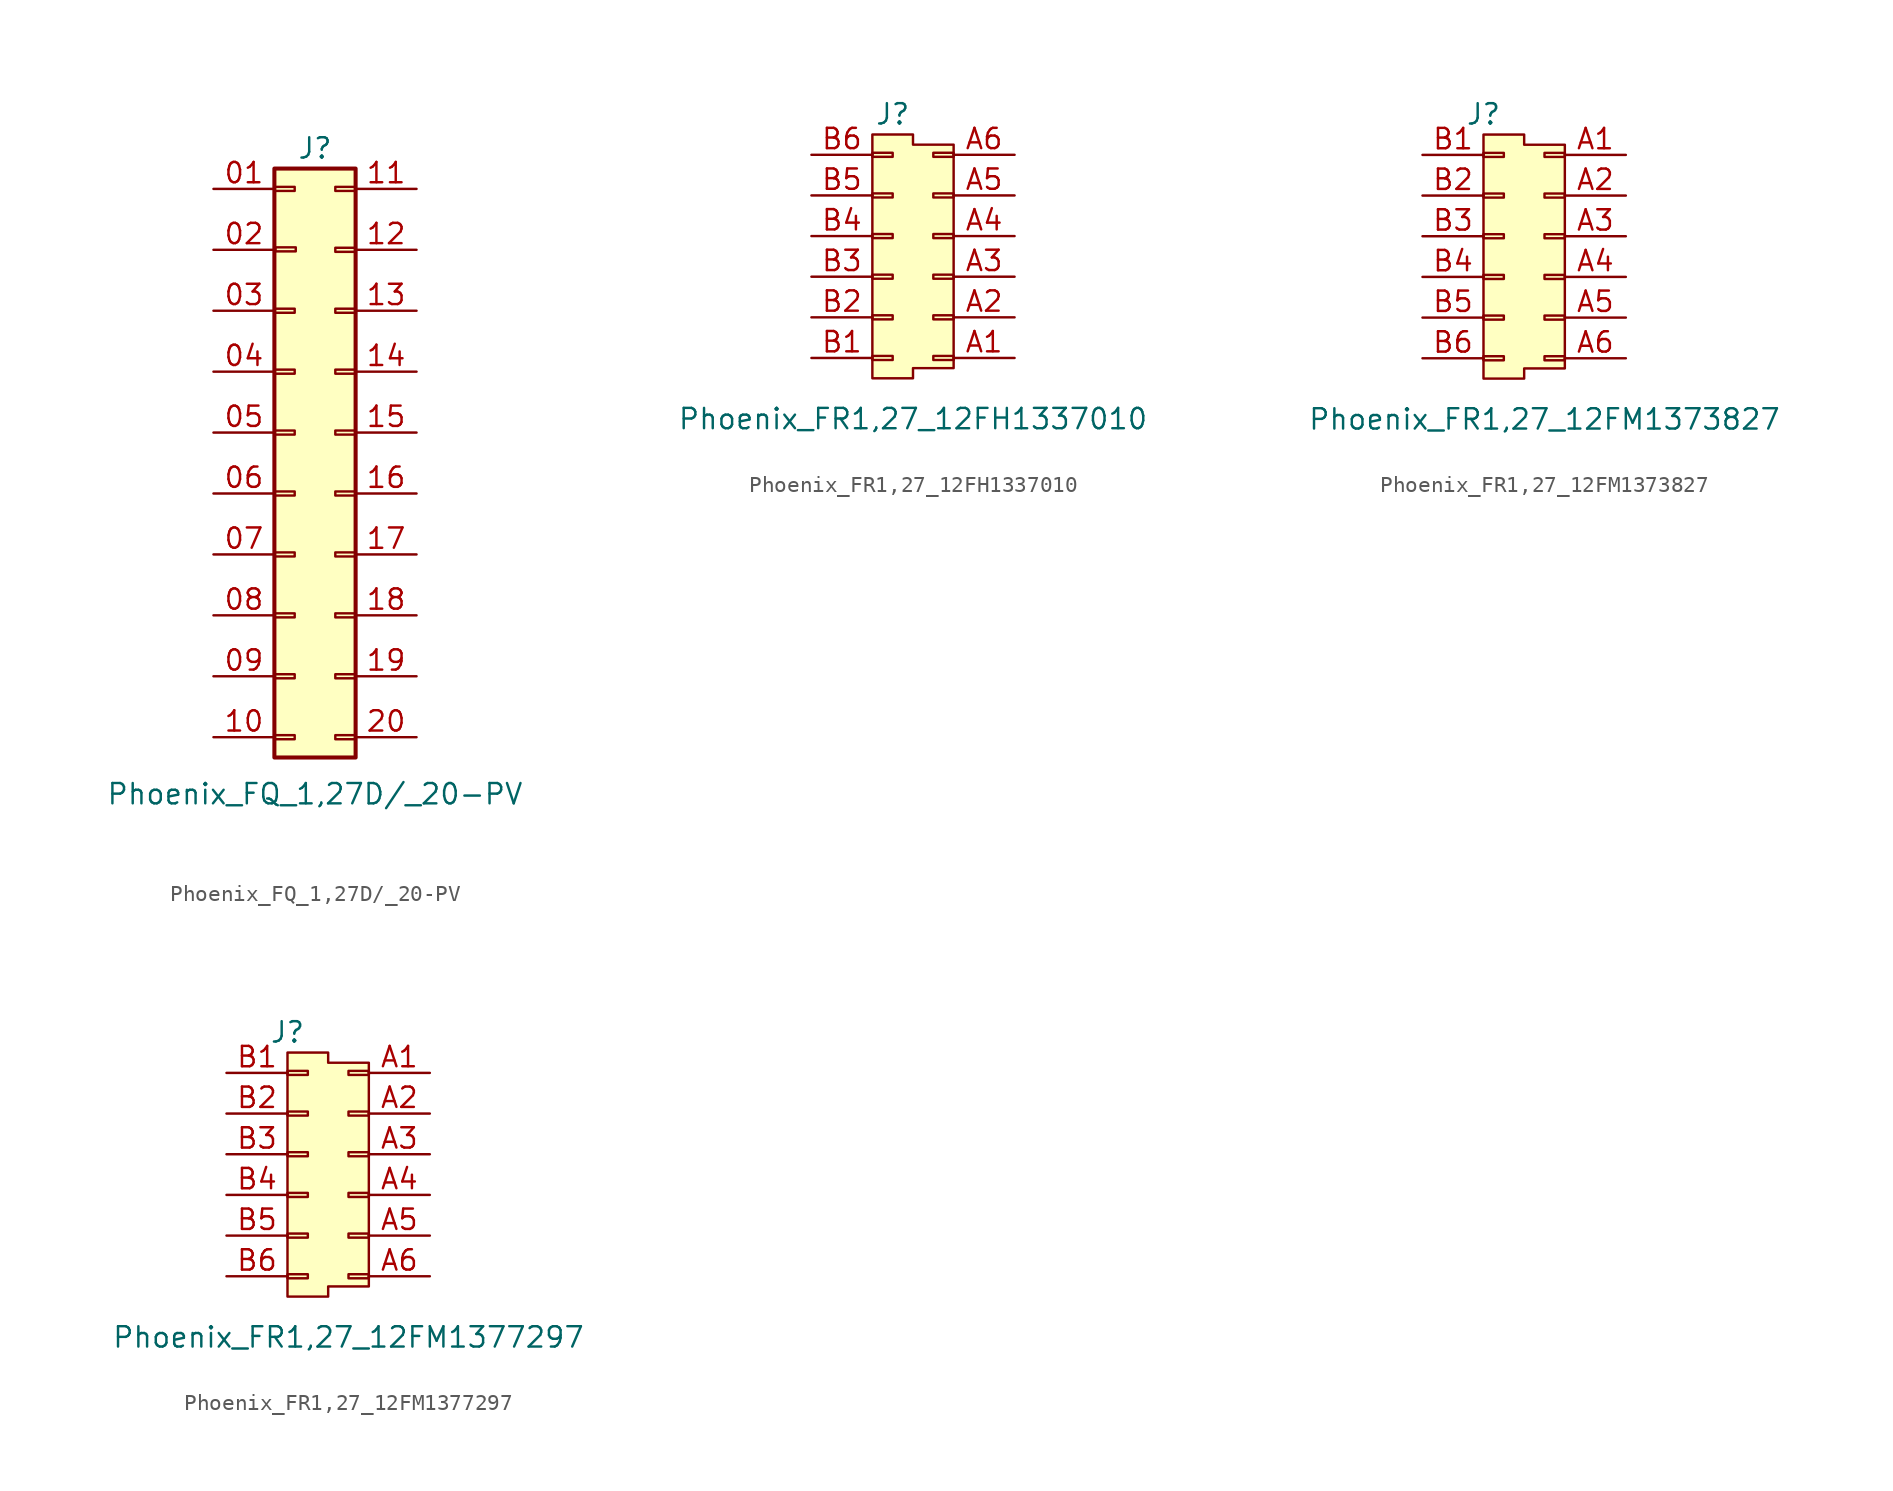
<source format=kicad_sym>
(kicad_symbol_lib
  (version 20231120)
  (generator "kicad_symbol_editor")
  (generator_version "8.0")
  (symbol "Phoenix_FQ_1,27D/_20-PV"
    (pin_names
      (offset 1.016) hide)
    (property "Reference" "J"
      (at 0 12.7 0)
      (effects (font (size 1.27 1.27))))
    (property "Value" "Phoenix_FQ_1,27D/_20-PV"
      (at 0 -27.686 0)
      (effects (font (size 1.27 1.27))))
    (symbol "Phoenix_FQ_1,27D/_20-PV_1_1"
      (rectangle (start -2.54 -24.003) (end -1.27 -24.257) (stroke (width 0.152) (type default)) (fill (type none)))
      (rectangle (start -2.54 -20.193) (end -1.27 -20.447) (stroke (width 0.152) (type default)) (fill (type none)))
      (rectangle (start -2.54 -16.383) (end -1.27 -16.637) (stroke (width 0.152) (type default)) (fill (type none)))
      (rectangle (start -2.54 -12.573) (end -1.27 -12.827) (stroke (width 0.152) (type default)) (fill (type none)))
      (rectangle (start -2.54 -8.763) (end -1.27 -9.017) (stroke (width 0.152) (type default)) (fill (type none)))
      (rectangle (start -2.54 -4.953) (end -1.27 -5.207) (stroke (width 0.152) (type default)) (fill (type none)))
      (rectangle (start -2.54 -1.143) (end -1.27 -1.397) (stroke (width 0.152) (type default)) (fill (type none)))
      (rectangle (start -2.54 2.667) (end -1.27 2.413) (stroke (width 0.152) (type default)) (fill (type none)))
      (rectangle (start -2.54 10.287) (end -1.27 10.033) (stroke (width 0.152) (type default)) (fill (type none)))
      (rectangle (start -2.54 11.43) (end 2.54 -25.4) (stroke (width 0.254) (type default)) (fill (type background)))
      (rectangle (start -2.473 6.506) (end -1.203 6.252) (stroke (width 0.152) (type default)) (fill (type none)))
      (rectangle (start 2.54 -24.003) (end 1.27 -24.257) (stroke (width 0.152) (type default)) (fill (type none)))
      (rectangle (start 2.54 -20.193) (end 1.27 -20.447) (stroke (width 0.152) (type default)) (fill (type none)))
      (rectangle (start 2.54 -16.383) (end 1.27 -16.637) (stroke (width 0.152) (type default)) (fill (type none)))
      (rectangle (start 2.54 -12.573) (end 1.27 -12.827) (stroke (width 0.152) (type default)) (fill (type none)))
      (rectangle (start 2.54 -8.763) (end 1.27 -9.017) (stroke (width 0.152) (type default)) (fill (type none)))
      (rectangle (start 2.54 -4.953) (end 1.27 -5.207) (stroke (width 0.152) (type default)) (fill (type none)))
      (rectangle (start 2.54 -1.143) (end 1.27 -1.397) (stroke (width 0.152) (type default)) (fill (type none)))
      (rectangle (start 2.54 2.667) (end 1.27 2.413) (stroke (width 0.152) (type default)) (fill (type none)))
      (rectangle (start 2.54 6.477) (end 1.27 6.223) (stroke (width 0.152) (type default)) (fill (type none)))
      (rectangle (start 2.54 10.287) (end 1.27 10.033) (stroke (width 0.152) (type default)) (fill (type none)))
      (pin passive line (at -6.35 10.16 0) (length 3.81) (name "" (effects (font (size 1.27 1.27)))) (number "01" (effects (font (size 1.27 1.27)))))
      (pin passive line (at -6.35 6.35 0) (length 3.81) (name "" (effects (font (size 1.27 1.27)))) (number "02" (effects (font (size 1.27 1.27)))))
      (pin passive line (at -6.35 2.54 0) (length 3.81) (name "" (effects (font (size 1.27 1.27)))) (number "03" (effects (font (size 1.27 1.27)))))
      (pin passive line (at -6.35 -1.27 0) (length 3.81) (name "" (effects (font (size 1.27 1.27)))) (number "04" (effects (font (size 1.27 1.27)))))
      (pin passive line (at -6.35 -5.08 0) (length 3.81) (name "" (effects (font (size 1.27 1.27)))) (number "05" (effects (font (size 1.27 1.27)))))
      (pin passive line (at -6.35 -8.89 0) (length 3.81) (name "" (effects (font (size 1.27 1.27)))) (number "06" (effects (font (size 1.27 1.27)))))
      (pin passive line (at -6.35 -12.7 0) (length 3.81) (name "" (effects (font (size 1.27 1.27)))) (number "07" (effects (font (size 1.27 1.27)))))
      (pin passive line (at -6.35 -16.51 0) (length 3.81) (name "" (effects (font (size 1.27 1.27)))) (number "08" (effects (font (size 1.27 1.27)))))
      (pin passive line (at -6.35 -20.32 0) (length 3.81) (name "" (effects (font (size 1.27 1.27)))) (number "09" (effects (font (size 1.27 1.27)))))
      (pin passive line (at -6.35 -24.13 0) (length 3.81) (name "" (effects (font (size 1.27 1.27)))) (number "10" (effects (font (size 1.27 1.27)))))
      (pin passive line (at 6.35 10.16 180) (length 3.81) (name "" (effects (font (size 1.27 1.27)))) (number "11" (effects (font (size 1.27 1.27)))))
      (pin passive line (at 6.35 6.35 180) (length 3.81) (name "" (effects (font (size 1.27 1.27)))) (number "12" (effects (font (size 1.27 1.27)))))
      (pin passive line (at 6.35 2.54 180) (length 3.81) (name "" (effects (font (size 1.27 1.27)))) (number "13" (effects (font (size 1.27 1.27)))))
      (pin passive line (at 6.35 -1.27 180) (length 3.81) (name "" (effects (font (size 1.27 1.27)))) (number "14" (effects (font (size 1.27 1.27)))))
      (pin passive line (at 6.35 -5.08 180) (length 3.81) (name "" (effects (font (size 1.27 1.27)))) (number "15" (effects (font (size 1.27 1.27)))))
      (pin passive line (at 6.35 -8.89 180) (length 3.81) (name "" (effects (font (size 1.27 1.27)))) (number "16" (effects (font (size 1.27 1.27)))))
      (pin passive line (at 6.35 -12.7 180) (length 3.81) (name "" (effects (font (size 1.27 1.27)))) (number "17" (effects (font (size 1.27 1.27)))))
      (pin passive line (at 6.35 -16.51 180) (length 3.81) (name "" (effects (font (size 1.27 1.27)))) (number "18" (effects (font (size 1.27 1.27)))))
      (pin passive line (at 6.35 -20.32 180) (length 3.81) (name "Pin_12" (effects (font (size 1.27 1.27)))) (number "19" (effects (font (size 1.27 1.27)))))
      (pin passive line (at 6.35 -24.13 180) (length 3.81) (name "Pin_12" (effects (font (size 1.27 1.27)))) (number "20" (effects (font (size 1.27 1.27)))))))
  (symbol "Phoenix_FR1,27_12FH1337010"
    (pin_names
      (offset 1.016) hide)
    (property "Reference" "J"
      (at -1.27 10.16 0)
      (effects (font (size 1.27 1.27))))
    (property "Value" "Phoenix_FR1,27_12FH1337010"
      (at 0 -8.89 0)
      (effects (font (size 1.27 1.27))))
    (symbol "Phoenix_FR1,27_12FH1337010_1_0"
      (pin no_connect line (at 1.27 5.08 90) (length 2.54) hide (name "MP1" (effects (font (size 1.27 1.27)))) (number "MP1" (effects (font (size 1.27 1.27)))))
      (pin no_connect line (at 1.27 5.08 90) (length 2.54) hide (name "MP2" (effects (font (size 1.27 1.27)))) (number "MP2" (effects (font (size 1.27 1.27)))))
      (pin no_connect line (at 1.27 5.08 90) (length 2.54) hide (name "MP3" (effects (font (size 1.27 1.27)))) (number "MP3" (effects (font (size 1.27 1.27)))))
      (pin no_connect line (at 1.27 5.08 90) (length 2.54) hide (name "MP4" (effects (font (size 1.27 1.27)))) (number "MP4" (effects (font (size 1.27 1.27))))))
    (symbol "Phoenix_FR1,27_12FH1337010_1_1"
      (rectangle (start -1.27 -5.207) (end -2.54 -4.953) (stroke (width 0.152) (type default)) (fill (type none)))
      (rectangle (start -1.27 -2.667) (end -2.54 -2.413) (stroke (width 0.152) (type default)) (fill (type none)))
      (rectangle (start -1.27 -0.127) (end -2.54 0.127) (stroke (width 0.152) (type default)) (fill (type none)))
      (rectangle (start -1.27 2.413) (end -2.54 2.667) (stroke (width 0.152) (type default)) (fill (type none)))
      (rectangle (start -1.27 4.953) (end -2.54 5.207) (stroke (width 0.152) (type default)) (fill (type none)))
      (rectangle (start -1.27 7.493) (end -2.54 7.747) (stroke (width 0.152) (type default)) (fill (type none)))
      (polyline (pts (xy 2.54 8.255) (xy 2.54 -5.715) (xy 0 -5.715) (xy 0 -6.35) (xy -2.54 -6.35) (xy -2.54 8.89) (xy 0 8.89) (xy 0 8.255) (xy 2.54 8.255)) (stroke (width 0) (type default)) (fill (type background)))
      (rectangle (start 1.27 -5.207) (end 2.54 -4.953) (stroke (width 0.152) (type default)) (fill (type none)))
      (rectangle (start 1.27 -2.667) (end 2.54 -2.413) (stroke (width 0.152) (type default)) (fill (type none)))
      (rectangle (start 1.27 -0.127) (end 2.54 0.127) (stroke (width 0.152) (type default)) (fill (type none)))
      (rectangle (start 1.27 2.413) (end 2.54 2.667) (stroke (width 0.152) (type default)) (fill (type none)))
      (rectangle (start 1.27 4.953) (end 2.54 5.207) (stroke (width 0.152) (type default)) (fill (type none)))
      (rectangle (start 1.27 7.493) (end 2.54 7.747) (stroke (width 0.152) (type default)) (fill (type none)))
      (pin passive line (at 6.35 -5.08 180) (length 3.81) (name "A1" (effects (font (size 1.27 1.27)))) (number "A1" (effects (font (size 1.27 1.27)))))
      (pin passive line (at 6.35 -2.54 180) (length 3.81) (name "A2" (effects (font (size 1.27 1.27)))) (number "A2" (effects (font (size 1.27 1.27)))))
      (pin passive line (at 6.35 0 180) (length 3.81) (name "A3" (effects (font (size 1.27 1.27)))) (number "A3" (effects (font (size 1.27 1.27)))))
      (pin passive line (at 6.35 2.54 180) (length 3.81) (name "A4" (effects (font (size 1.27 1.27)))) (number "A4" (effects (font (size 1.27 1.27)))))
      (pin passive line (at 6.35 5.08 180) (length 3.81) (name "A5" (effects (font (size 1.27 1.27)))) (number "A5" (effects (font (size 1.27 1.27)))))
      (pin passive line (at 6.35 7.62 180) (length 3.81) (name "A6" (effects (font (size 1.27 1.27)))) (number "A6" (effects (font (size 1.27 1.27)))))
      (pin passive line (at -6.35 -5.08 0) (length 3.81) (name "B1" (effects (font (size 1.27 1.27)))) (number "B1" (effects (font (size 1.27 1.27)))))
      (pin passive line (at -6.35 -2.54 0) (length 3.81) (name "B2" (effects (font (size 1.27 1.27)))) (number "B2" (effects (font (size 1.27 1.27)))))
      (pin passive line (at -6.35 0 0) (length 3.81) (name "B3" (effects (font (size 1.27 1.27)))) (number "B3" (effects (font (size 1.27 1.27)))))
      (pin passive line (at -6.35 2.54 0) (length 3.81) (name "B4" (effects (font (size 1.27 1.27)))) (number "B4" (effects (font (size 1.27 1.27)))))
      (pin passive line (at -6.35 5.08 0) (length 3.81) (name "B5" (effects (font (size 1.27 1.27)))) (number "B5" (effects (font (size 1.27 1.27)))))
      (pin passive line (at -6.35 7.62 0) (length 3.81) (name "B6" (effects (font (size 1.27 1.27)))) (number "B6" (effects (font (size 1.27 1.27)))))))
  (symbol "Phoenix_FR1,27_12FM1373827"
    (pin_names
      (offset 1.016) hide)
    (property "Reference" "J"
      (at -2.54 8.89 0)
      (effects (font (size 1.27 1.27))))
    (property "Value" "Phoenix_FR1,27_12FM1373827"
      (at 1.27 -10.16 0)
      (effects (font (size 1.27 1.27))))
    (symbol "Phoenix_FR1,27_12FM1373827_1_0"
      (pin no_connect line (at 1.27 3.81 90) (length 2.54) hide (name "MP1" (effects (font (size 1.27 1.27)))) (number "MP1" (effects (font (size 1.27 1.27)))))
      (pin no_connect line (at 1.27 3.81 90) (length 2.54) hide (name "MP2" (effects (font (size 1.27 1.27)))) (number "MP2" (effects (font (size 1.27 1.27)))))
      (pin no_connect line (at 1.27 3.81 90) (length 2.54) hide (name "MP3" (effects (font (size 1.27 1.27)))) (number "MP3" (effects (font (size 1.27 1.27)))))
      (pin no_connect line (at 1.27 3.81 90) (length 2.54) hide (name "MP4" (effects (font (size 1.27 1.27)))) (number "MP4" (effects (font (size 1.27 1.27))))))
    (symbol "Phoenix_FR1,27_12FM1373827_1_1"
      (rectangle (start -1.27 -6.477) (end -2.54 -6.223) (stroke (width 0.152) (type default)) (fill (type none)))
      (rectangle (start -1.27 -3.937) (end -2.54 -3.683) (stroke (width 0.152) (type default)) (fill (type none)))
      (rectangle (start -1.27 -1.397) (end -2.54 -1.143) (stroke (width 0.152) (type default)) (fill (type none)))
      (rectangle (start -1.27 1.143) (end -2.54 1.397) (stroke (width 0.152) (type default)) (fill (type none)))
      (rectangle (start -1.27 3.683) (end -2.54 3.937) (stroke (width 0.152) (type default)) (fill (type none)))
      (rectangle (start -1.27 6.223) (end -2.54 6.477) (stroke (width 0.152) (type default)) (fill (type none)))
      (polyline (pts (xy 2.54 6.985) (xy 2.54 -6.985) (xy 0 -6.985) (xy 0 -7.62) (xy -2.54 -7.62) (xy -2.54 7.62) (xy 0 7.62) (xy 0 6.985) (xy 2.54 6.985)) (stroke (width 0) (type default)) (fill (type background)))
      (rectangle (start 1.27 -6.477) (end 2.54 -6.223) (stroke (width 0.152) (type default)) (fill (type none)))
      (rectangle (start 1.27 -3.937) (end 2.54 -3.683) (stroke (width 0.152) (type default)) (fill (type none)))
      (rectangle (start 1.27 -1.397) (end 2.54 -1.143) (stroke (width 0.152) (type default)) (fill (type none)))
      (rectangle (start 1.27 1.143) (end 2.54 1.397) (stroke (width 0.152) (type default)) (fill (type none)))
      (rectangle (start 1.27 3.683) (end 2.54 3.937) (stroke (width 0.152) (type default)) (fill (type none)))
      (rectangle (start 1.27 6.223) (end 2.54 6.477) (stroke (width 0.152) (type default)) (fill (type none)))
      (pin passive line (at 6.35 6.35 180) (length 3.81) (name "A1" (effects (font (size 1.27 1.27)))) (number "A1" (effects (font (size 1.27 1.27)))))
      (pin passive line (at 6.35 3.81 180) (length 3.81) (name "A2" (effects (font (size 1.27 1.27)))) (number "A2" (effects (font (size 1.27 1.27)))))
      (pin passive line (at 6.35 1.27 180) (length 3.81) (name "A3" (effects (font (size 1.27 1.27)))) (number "A3" (effects (font (size 1.27 1.27)))))
      (pin passive line (at 6.35 -1.27 180) (length 3.81) (name "A4" (effects (font (size 1.27 1.27)))) (number "A4" (effects (font (size 1.27 1.27)))))
      (pin passive line (at 6.35 -3.81 180) (length 3.81) (name "A5" (effects (font (size 1.27 1.27)))) (number "A5" (effects (font (size 1.27 1.27)))))
      (pin passive line (at 6.35 -6.35 180) (length 3.81) (name "A6" (effects (font (size 1.27 1.27)))) (number "A6" (effects (font (size 1.27 1.27)))))
      (pin passive line (at -6.35 6.35 0) (length 3.81) (name "B1" (effects (font (size 1.27 1.27)))) (number "B1" (effects (font (size 1.27 1.27)))))
      (pin passive line (at -6.35 3.81 0) (length 3.81) (name "B2" (effects (font (size 1.27 1.27)))) (number "B2" (effects (font (size 1.27 1.27)))))
      (pin passive line (at -6.35 1.27 0) (length 3.81) (name "B3" (effects (font (size 1.27 1.27)))) (number "B3" (effects (font (size 1.27 1.27)))))
      (pin passive line (at -6.35 -1.27 0) (length 3.81) (name "B4" (effects (font (size 1.27 1.27)))) (number "B4" (effects (font (size 1.27 1.27)))))
      (pin passive line (at -6.35 -3.81 0) (length 3.81) (name "B5" (effects (font (size 1.27 1.27)))) (number "B5" (effects (font (size 1.27 1.27)))))
      (pin passive line (at -6.35 -6.35 0) (length 3.81) (name "B6" (effects (font (size 1.27 1.27)))) (number "B6" (effects (font (size 1.27 1.27)))))))
  (symbol "Phoenix_FR1,27_12FM1377297"
    (pin_names
      (offset 1.016) hide)
    (property "Reference" "J"
      (at -2.54 8.89 0)
      (effects (font (size 1.27 1.27))))
    (property "Value" "Phoenix_FR1,27_12FM1377297"
      (at 1.27 -10.16 0)
      (effects (font (size 1.27 1.27))))
    (symbol "Phoenix_FR1,27_12FM1377297_1_0"
      (pin no_connect line (at 1.27 3.81 90) (length 2.54) hide (name "MP1" (effects (font (size 1.27 1.27)))) (number "MP1" (effects (font (size 1.27 1.27)))))
      (pin no_connect line (at 1.27 3.81 90) (length 2.54) hide (name "MP2" (effects (font (size 1.27 1.27)))) (number "MP2" (effects (font (size 1.27 1.27)))))
      (pin no_connect line (at 1.27 3.81 90) (length 2.54) hide (name "MP3" (effects (font (size 1.27 1.27)))) (number "MP3" (effects (font (size 1.27 1.27)))))
      (pin no_connect line (at 1.27 3.81 90) (length 2.54) hide (name "MP4" (effects (font (size 1.27 1.27)))) (number "MP4" (effects (font (size 1.27 1.27))))))
    (symbol "Phoenix_FR1,27_12FM1377297_1_1"
      (rectangle (start -1.27 -6.477) (end -2.54 -6.223) (stroke (width 0.152) (type default)) (fill (type none)))
      (rectangle (start -1.27 -3.937) (end -2.54 -3.683) (stroke (width 0.152) (type default)) (fill (type none)))
      (rectangle (start -1.27 -1.397) (end -2.54 -1.143) (stroke (width 0.152) (type default)) (fill (type none)))
      (rectangle (start -1.27 1.143) (end -2.54 1.397) (stroke (width 0.152) (type default)) (fill (type none)))
      (rectangle (start -1.27 3.683) (end -2.54 3.937) (stroke (width 0.152) (type default)) (fill (type none)))
      (rectangle (start -1.27 6.223) (end -2.54 6.477) (stroke (width 0.152) (type default)) (fill (type none)))
      (polyline (pts (xy 2.54 6.985) (xy 2.54 -6.985) (xy 0 -6.985) (xy 0 -7.62) (xy -2.54 -7.62) (xy -2.54 7.62) (xy 0 7.62) (xy 0 6.985) (xy 2.54 6.985)) (stroke (width 0) (type default)) (fill (type background)))
      (rectangle (start 1.27 -6.477) (end 2.54 -6.223) (stroke (width 0.152) (type default)) (fill (type none)))
      (rectangle (start 1.27 -3.937) (end 2.54 -3.683) (stroke (width 0.152) (type default)) (fill (type none)))
      (rectangle (start 1.27 -1.397) (end 2.54 -1.143) (stroke (width 0.152) (type default)) (fill (type none)))
      (rectangle (start 1.27 1.143) (end 2.54 1.397) (stroke (width 0.152) (type default)) (fill (type none)))
      (rectangle (start 1.27 3.683) (end 2.54 3.937) (stroke (width 0.152) (type default)) (fill (type none)))
      (rectangle (start 1.27 6.223) (end 2.54 6.477) (stroke (width 0.152) (type default)) (fill (type none)))
      (pin passive line (at 6.35 6.35 180) (length 3.81) (name "A1" (effects (font (size 1.27 1.27)))) (number "A1" (effects (font (size 1.27 1.27)))))
      (pin passive line (at 6.35 3.81 180) (length 3.81) (name "A2" (effects (font (size 1.27 1.27)))) (number "A2" (effects (font (size 1.27 1.27)))))
      (pin passive line (at 6.35 1.27 180) (length 3.81) (name "A3" (effects (font (size 1.27 1.27)))) (number "A3" (effects (font (size 1.27 1.27)))))
      (pin passive line (at 6.35 -1.27 180) (length 3.81) (name "A4" (effects (font (size 1.27 1.27)))) (number "A4" (effects (font (size 1.27 1.27)))))
      (pin passive line (at 6.35 -3.81 180) (length 3.81) (name "A5" (effects (font (size 1.27 1.27)))) (number "A5" (effects (font (size 1.27 1.27)))))
      (pin passive line (at 6.35 -6.35 180) (length 3.81) (name "A6" (effects (font (size 1.27 1.27)))) (number "A6" (effects (font (size 1.27 1.27)))))
      (pin passive line (at -6.35 6.35 0) (length 3.81) (name "B1" (effects (font (size 1.27 1.27)))) (number "B1" (effects (font (size 1.27 1.27)))))
      (pin passive line (at -6.35 3.81 0) (length 3.81) (name "B2" (effects (font (size 1.27 1.27)))) (number "B2" (effects (font (size 1.27 1.27)))))
      (pin passive line (at -6.35 1.27 0) (length 3.81) (name "B3" (effects (font (size 1.27 1.27)))) (number "B3" (effects (font (size 1.27 1.27)))))
      (pin passive line (at -6.35 -1.27 0) (length 3.81) (name "B4" (effects (font (size 1.27 1.27)))) (number "B4" (effects (font (size 1.27 1.27)))))
      (pin passive line (at -6.35 -3.81 0) (length 3.81) (name "B5" (effects (font (size 1.27 1.27)))) (number "B5" (effects (font (size 1.27 1.27)))))
      (pin passive line (at -6.35 -6.35 0) (length 3.81) (name "B6" (effects (font (size 1.27 1.27)))) (number "B6" (effects (font (size 1.27 1.27))))))))
</source>
